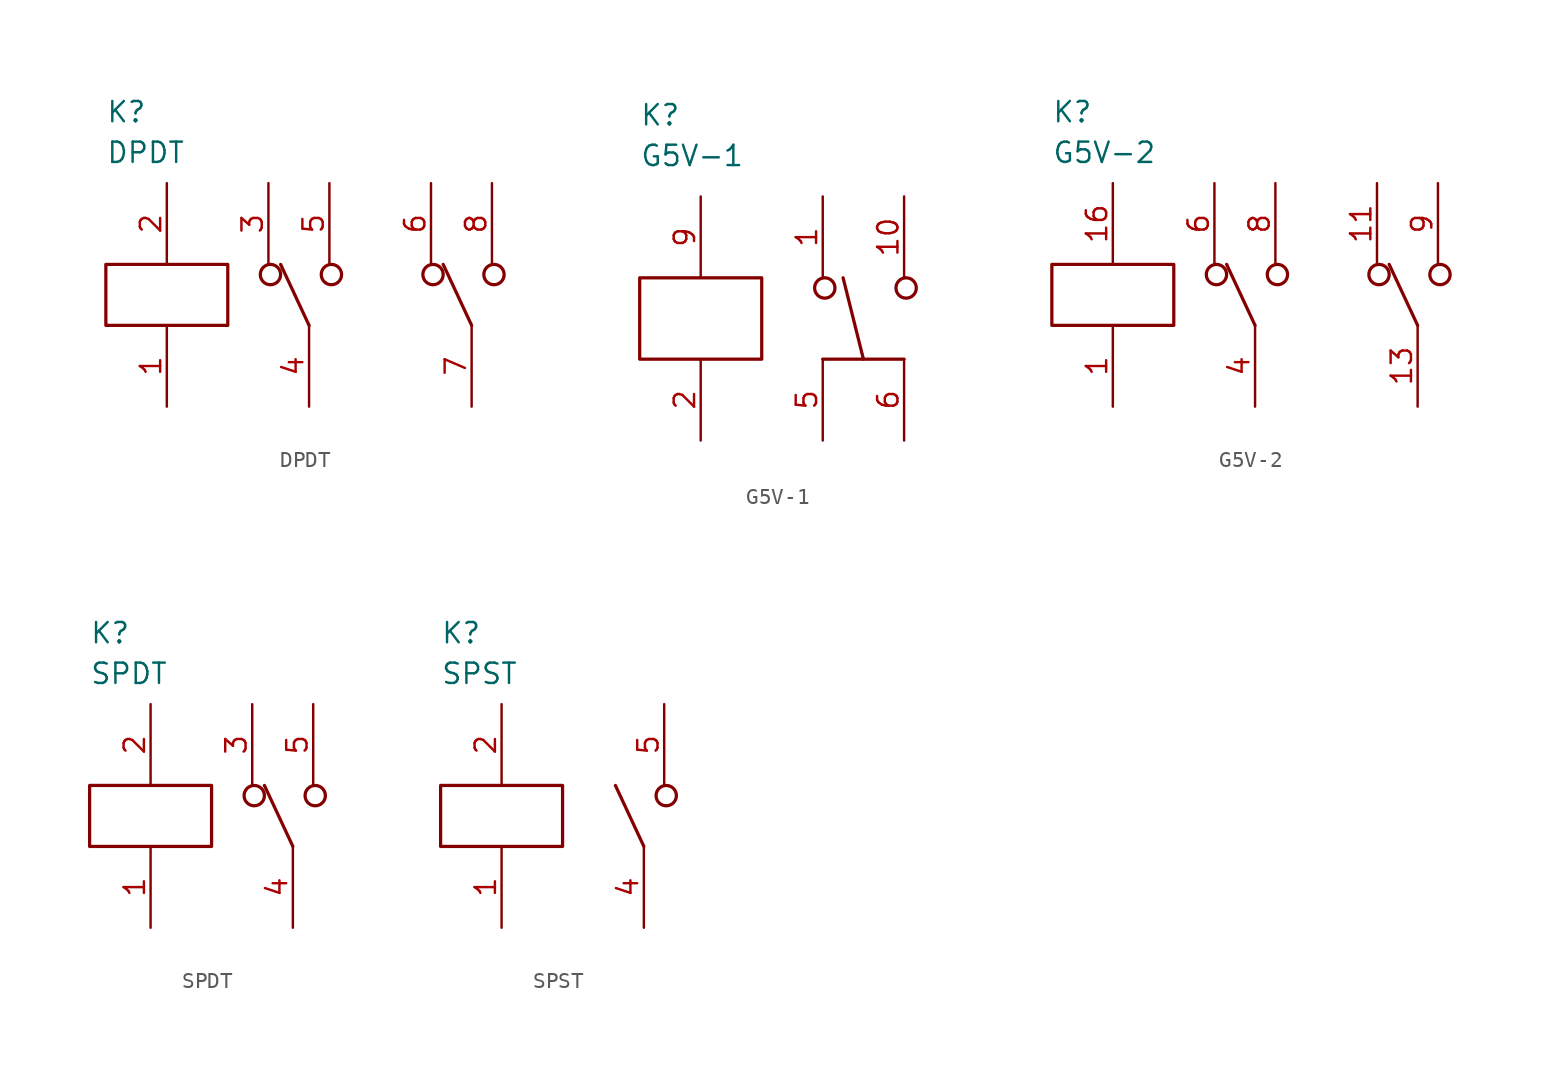
<source format=kicad_sym>
(kicad_symbol_lib
  (version 20211014)
  (generator kicad_symbol_editor)
  (symbol "DPDT"
    (property "Reference" "K"
      (at -12.7 12.065 0)
      (effects (font (size 1.27 1.27)) (justify left)))
    (property "Value" "DPDT"
      (at -12.7 9.525 0)
      (effects (font (size 1.27 1.27)) (justify left)))
    (property "ki_locked" ""
      (at 0 0 0)
      (effects (font (size 1.27 1.27))))
    (symbol "DPDT_0_0"
      (rectangle (start -12.7 2.54) (end -5.08 -1.27) (stroke (width 0.203) (type default) (color 0 0 0 0)) (fill (type none)))
      (circle (center -2.413 1.905) (radius 0.635) (stroke (width 0.203) (type default) (color 0 0 0 0)) (fill (type none)))
      (polyline (pts (xy -1.778 2.54) (xy 0 -1.27)) (stroke (width 0.203) (type default) (color 0 0 0 0)) (fill (type none)))
      (polyline (pts (xy 8.382 2.54) (xy 10.16 -1.27)) (stroke (width 0.203) (type default) (color 0 0 0 0)) (fill (type none)))
      (circle (center 1.397 1.905) (radius 0.635) (stroke (width 0.203) (type default) (color 0 0 0 0)) (fill (type none)))
      (circle (center 7.747 1.905) (radius 0.635) (stroke (width 0.203) (type default) (color 0 0 0 0)) (fill (type none)))
      (circle (center 11.557 1.905) (radius 0.635) (stroke (width 0.203) (type default) (color 0 0 0 0)) (fill (type none))))
    (symbol "DPDT_1_0"
      (pin unspecified line (at -8.89 -6.35 90) (length 5.08) (name "~" (effects (font (size 1.27 1.27)))) (number "1" (effects (font (size 1.27 1.27)))))
      (pin unspecified line (at -8.89 7.62 270) (length 5.08) (name "~" (effects (font (size 1.27 1.27)))) (number "2" (effects (font (size 1.27 1.27)))))
      (pin unspecified line (at -2.54 7.62 270) (length 5.08) (name "~" (effects (font (size 1.27 1.27)))) (number "3" (effects (font (size 1.27 1.27)))))
      (pin unspecified line (at 0 -6.35 90) (length 5.08) (name "~" (effects (font (size 1.27 1.27)))) (number "4" (effects (font (size 1.27 1.27)))))
      (pin unspecified line (at 1.27 7.62 270) (length 5.08) (name "~" (effects (font (size 1.27 1.27)))) (number "5" (effects (font (size 1.27 1.27)))))
      (pin unspecified line (at 7.62 7.62 270) (length 5.08) (name "~" (effects (font (size 1.27 1.27)))) (number "6" (effects (font (size 1.27 1.27)))))
      (pin unspecified line (at 10.16 -6.35 90) (length 5.08) (name "~" (effects (font (size 1.27 1.27)))) (number "7" (effects (font (size 1.27 1.27)))))
      (pin unspecified line (at 11.43 7.62 270) (length 5.08) (name "~" (effects (font (size 1.27 1.27)))) (number "8" (effects (font (size 1.27 1.27)))))))
  (symbol "G5V-1"
    (property "Reference" "K"
      (at -8.89 12.7 0)
      (effects (font (size 1.27 1.27)) (justify left)))
    (property "Value" "G5V-1"
      (at -8.89 10.16 0)
      (effects (font (size 1.27 1.27)) (justify left)))
    (property "ki_locked" ""
      (at 0 0 0)
      (effects (font (size 1.27 1.27))))
    (symbol "G5V-1_0_0"
      (rectangle (start -8.89 2.54) (end -1.27 -2.54) (stroke (width 0.203) (type default) (color 0 0 0 0)) (fill (type none)))
      (polyline (pts (xy 2.54 -2.54) (xy 7.62 -2.54)) (stroke (width 0.203) (type default) (color 0 0 0 0)) (fill (type none)))
      (polyline (pts (xy 5.08 -2.54) (xy 3.81 2.54)) (stroke (width 0.203) (type default) (color 0 0 0 0)) (fill (type none)))
      (circle (center 2.667 1.905) (radius 0.635) (stroke (width 0.203) (type default) (color 0 0 0 0)) (fill (type none)))
      (circle (center 7.747 1.905) (radius 0.635) (stroke (width 0.203) (type default) (color 0 0 0 0)) (fill (type none))))
    (symbol "G5V-1_1_0"
      (pin unspecified line (at 2.54 7.62 270) (length 5.08) (name "~" (effects (font (size 1.27 1.27)))) (number "1" (effects (font (size 1.27 1.27)))))
      (pin unspecified line (at 7.62 7.62 270) (length 5.08) (name "~" (effects (font (size 1.27 1.27)))) (number "10" (effects (font (size 1.27 1.27)))))
      (pin unspecified line (at -5.08 -7.62 90) (length 5.08) (name "~" (effects (font (size 1.27 1.27)))) (number "2" (effects (font (size 1.27 1.27)))))
      (pin unspecified line (at 2.54 -7.62 90) (length 5.08) (name "~" (effects (font (size 1.27 1.27)))) (number "5" (effects (font (size 1.27 1.27)))))
      (pin unspecified line (at 7.62 -7.62 90) (length 5.08) (name "~" (effects (font (size 1.27 1.27)))) (number "6" (effects (font (size 1.27 1.27)))))
      (pin unspecified line (at -5.08 7.62 270) (length 5.08) (name "~" (effects (font (size 1.27 1.27)))) (number "9" (effects (font (size 1.27 1.27)))))))
  (symbol "G5V-2"
    (property "Reference" "K"
      (at -12.7 12.065 0)
      (effects (font (size 1.27 1.27)) (justify left)))
    (property "Value" "G5V-2"
      (at -12.7 9.525 0)
      (effects (font (size 1.27 1.27)) (justify left)))
    (property "ki_locked" ""
      (at 0 0 0)
      (effects (font (size 1.27 1.27))))
    (symbol "G5V-2_0_0"
      (rectangle (start -12.7 2.54) (end -5.08 -1.27) (stroke (width 0.203) (type default) (color 0 0 0 0)) (fill (type none)))
      (circle (center -2.413 1.905) (radius 0.635) (stroke (width 0.203) (type default) (color 0 0 0 0)) (fill (type none)))
      (polyline (pts (xy -1.778 2.54) (xy 0 -1.27)) (stroke (width 0.203) (type default) (color 0 0 0 0)) (fill (type none)))
      (polyline (pts (xy 8.382 2.54) (xy 10.16 -1.27)) (stroke (width 0.203) (type default) (color 0 0 0 0)) (fill (type none)))
      (circle (center 1.397 1.905) (radius 0.635) (stroke (width 0.203) (type default) (color 0 0 0 0)) (fill (type none)))
      (circle (center 7.747 1.905) (radius 0.635) (stroke (width 0.203) (type default) (color 0 0 0 0)) (fill (type none)))
      (circle (center 11.557 1.905) (radius 0.635) (stroke (width 0.203) (type default) (color 0 0 0 0)) (fill (type none))))
    (symbol "G5V-2_1_0"
      (pin unspecified line (at -8.89 -6.35 90) (length 5.08) (name "~" (effects (font (size 1.27 1.27)))) (number "1" (effects (font (size 1.27 1.27)))))
      (pin unspecified line (at 7.62 7.62 270) (length 5.08) (name "~" (effects (font (size 1.27 1.27)))) (number "11" (effects (font (size 1.27 1.27)))))
      (pin unspecified line (at 10.16 -6.35 90) (length 5.08) (name "~" (effects (font (size 1.27 1.27)))) (number "13" (effects (font (size 1.27 1.27)))))
      (pin unspecified line (at -8.89 7.62 270) (length 5.08) (name "~" (effects (font (size 1.27 1.27)))) (number "16" (effects (font (size 1.27 1.27)))))
      (pin unspecified line (at 0 -6.35 90) (length 5.08) (name "~" (effects (font (size 1.27 1.27)))) (number "4" (effects (font (size 1.27 1.27)))))
      (pin unspecified line (at -2.54 7.62 270) (length 5.08) (name "~" (effects (font (size 1.27 1.27)))) (number "6" (effects (font (size 1.27 1.27)))))
      (pin unspecified line (at 1.27 7.62 270) (length 5.08) (name "~" (effects (font (size 1.27 1.27)))) (number "8" (effects (font (size 1.27 1.27)))))
      (pin unspecified line (at 11.43 7.62 270) (length 5.08) (name "~" (effects (font (size 1.27 1.27)))) (number "9" (effects (font (size 1.27 1.27)))))))
  (symbol "SPDT"
    (property "Reference" "K"
      (at -7.62 12.065 0)
      (effects (font (size 1.27 1.27)) (justify left)))
    (property "Value" "SPDT"
      (at -7.62 9.525 0)
      (effects (font (size 1.27 1.27)) (justify left)))
    (property "ki_locked" ""
      (at 0 0 0)
      (effects (font (size 1.27 1.27))))
    (symbol "SPDT_0_0"
      (rectangle (start -7.62 2.54) (end 0 -1.27) (stroke (width 0.203) (type default) (color 0 0 0 0)) (fill (type none)))
      (polyline (pts (xy 3.302 2.54) (xy 5.08 -1.27)) (stroke (width 0.203) (type default) (color 0 0 0 0)) (fill (type none)))
      (circle (center 2.667 1.905) (radius 0.635) (stroke (width 0.203) (type default) (color 0 0 0 0)) (fill (type none)))
      (circle (center 6.477 1.905) (radius 0.635) (stroke (width 0.203) (type default) (color 0 0 0 0)) (fill (type none))))
    (symbol "SPDT_1_0"
      (pin unspecified line (at -3.81 -6.35 90) (length 5.08) (name "~" (effects (font (size 1.27 1.27)))) (number "1" (effects (font (size 1.27 1.27)))))
      (pin unspecified line (at -3.81 7.62 270) (length 5.08) (name "~" (effects (font (size 1.27 1.27)))) (number "2" (effects (font (size 1.27 1.27)))))
      (pin unspecified line (at 2.54 7.62 270) (length 5.08) (name "~" (effects (font (size 1.27 1.27)))) (number "3" (effects (font (size 1.27 1.27)))))
      (pin unspecified line (at 5.08 -6.35 90) (length 5.08) (name "~" (effects (font (size 1.27 1.27)))) (number "4" (effects (font (size 1.27 1.27)))))
      (pin unspecified line (at 6.35 7.62 270) (length 5.08) (name "~" (effects (font (size 1.27 1.27)))) (number "5" (effects (font (size 1.27 1.27)))))))
  (symbol "SPST"
    (property "Reference" "K"
      (at -7.62 12.065 0)
      (effects (font (size 1.27 1.27)) (justify left)))
    (property "Value" "SPST"
      (at -7.62 9.525 0)
      (effects (font (size 1.27 1.27)) (justify left)))
    (property "ki_locked" ""
      (at 0 0 0)
      (effects (font (size 1.27 1.27))))
    (symbol "SPST_0_0"
      (rectangle (start -7.62 2.54) (end 0 -1.27) (stroke (width 0.203) (type default) (color 0 0 0 0)) (fill (type none)))
      (polyline (pts (xy 3.302 2.54) (xy 5.08 -1.27)) (stroke (width 0.203) (type default) (color 0 0 0 0)) (fill (type none)))
      (circle (center 6.477 1.905) (radius 0.635) (stroke (width 0.203) (type default) (color 0 0 0 0)) (fill (type none))))
    (symbol "SPST_1_0"
      (pin unspecified line (at -3.81 -6.35 90) (length 5.08) (name "~" (effects (font (size 1.27 1.27)))) (number "1" (effects (font (size 1.27 1.27)))))
      (pin unspecified line (at -3.81 7.62 270) (length 5.08) (name "~" (effects (font (size 1.27 1.27)))) (number "2" (effects (font (size 1.27 1.27)))))
      (pin unspecified line (at 5.08 -6.35 90) (length 5.08) (name "~" (effects (font (size 1.27 1.27)))) (number "4" (effects (font (size 1.27 1.27)))))
      (pin unspecified line (at 6.35 7.62 270) (length 5.08) (name "~" (effects (font (size 1.27 1.27)))) (number "5" (effects (font (size 1.27 1.27))))))))
</source>
